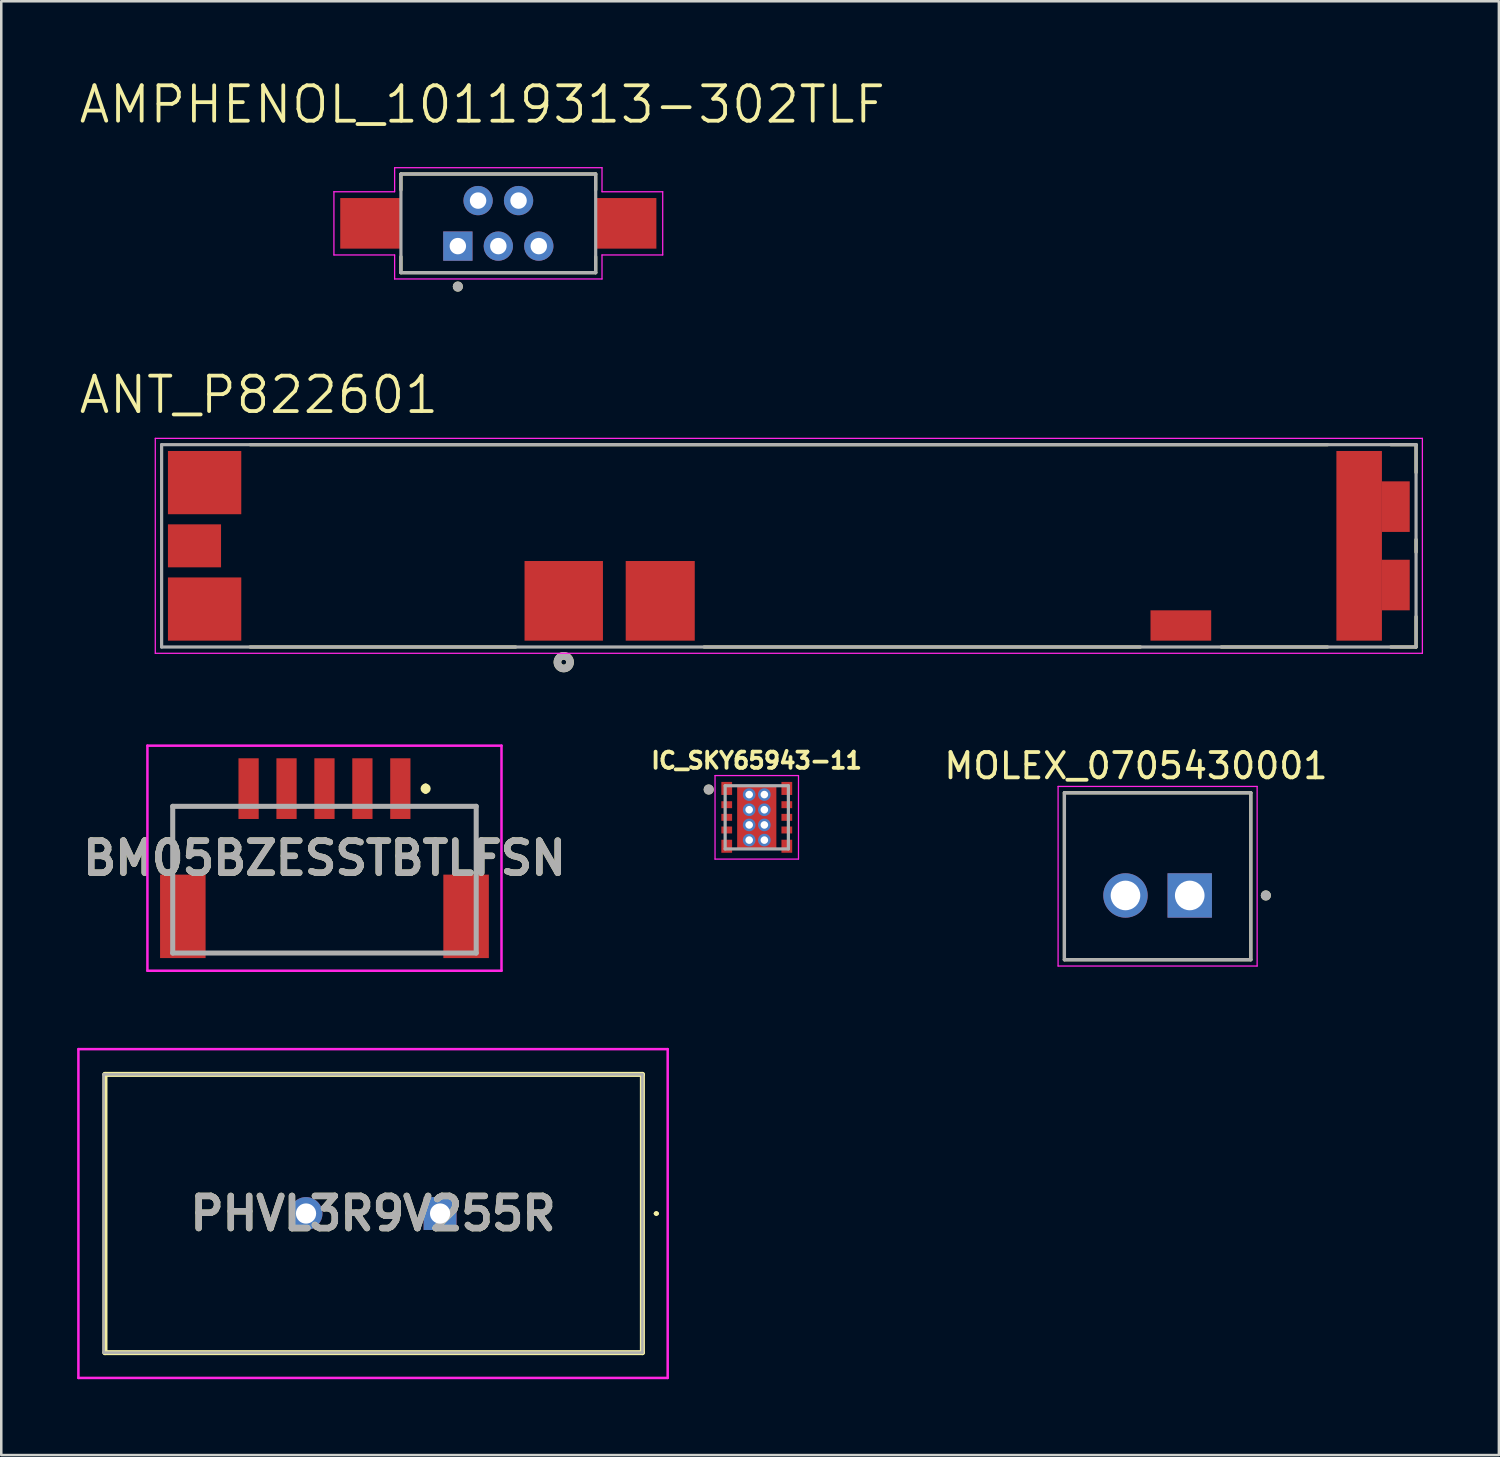
<source format=kicad_pcb>
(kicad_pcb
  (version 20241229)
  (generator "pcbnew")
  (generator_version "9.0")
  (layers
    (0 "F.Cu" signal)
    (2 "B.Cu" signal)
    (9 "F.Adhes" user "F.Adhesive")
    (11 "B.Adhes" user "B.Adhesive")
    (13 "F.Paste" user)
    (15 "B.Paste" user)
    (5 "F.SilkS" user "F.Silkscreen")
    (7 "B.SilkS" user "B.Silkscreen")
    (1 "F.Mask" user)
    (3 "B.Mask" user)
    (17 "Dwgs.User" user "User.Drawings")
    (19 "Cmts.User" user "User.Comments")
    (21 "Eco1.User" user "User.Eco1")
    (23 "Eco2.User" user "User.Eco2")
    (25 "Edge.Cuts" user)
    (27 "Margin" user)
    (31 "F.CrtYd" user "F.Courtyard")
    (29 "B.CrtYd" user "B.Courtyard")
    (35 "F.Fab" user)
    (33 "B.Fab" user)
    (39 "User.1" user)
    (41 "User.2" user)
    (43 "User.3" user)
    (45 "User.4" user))
  (footprint "ANT_P822601"
    (layer "F.Cu")
    (at 28.14 18.532)
    (property "Reference" "ANT_P822601" (at -20.955 -5.969 0) (layer "F.SilkS") (effects (font (size 1.4 1.4) (thickness 0.15))))
    (attr smd)
    (fp_line (start -21.3 -4) (end 21.3 -4) (stroke (width 0.127) (type solid)) (layer "F.SilkS"))
    (fp_line (start -10.8 4) (end -21.3 4) (stroke (width 0.127) (type solid)) (layer "F.SilkS"))
    (fp_line (start 13.9 4) (end -3.35 4) (stroke (width 0.127) (type solid)) (layer "F.SilkS"))
    (fp_line (start 21.3 4) (end 17.1 4) (stroke (width 0.127) (type solid)) (layer "F.SilkS"))
    (fp_line (start 23.8 -4) (end 24.8 -4) (stroke (width 0.127) (type solid)) (layer "F.SilkS"))
    (fp_line (start 24.8 -4) (end 24.8 -2.9) (stroke (width 0.127) (type solid)) (layer "F.SilkS"))
    (fp_line (start 24.8 -0.25) (end 24.8 0.25) (stroke (width 0.127) (type solid)) (layer "F.SilkS"))
    (fp_line (start 24.8 2.8) (end 24.8 4) (stroke (width 0.127) (type solid)) (layer "F.SilkS"))
    (fp_line (start 24.8 4) (end 23.8 4) (stroke (width 0.127) (type solid)) (layer "F.SilkS"))
    (fp_circle (center -8.9 4.6) (end -8.8 4.6) (stroke (width 0.3) (type solid)) (fill no) (layer "F.SilkS"))
    (fp_line (start -25.05 -4.25) (end 25.05 -4.25) (stroke (width 0.05) (type solid)) (layer "F.CrtYd"))
    (fp_line (start -25.05 4.25) (end -25.05 -4.25) (stroke (width 0.05) (type solid)) (layer "F.CrtYd"))
    (fp_line (start 25.05 -4.25) (end 25.05 4.25) (stroke (width 0.05) (type solid)) (layer "F.CrtYd"))
    (fp_line (start 25.05 4.25) (end -25.05 4.25) (stroke (width 0.05) (type solid)) (layer "F.CrtYd"))
    (fp_line (start -24.8 -4) (end 24.8 -4) (stroke (width 0.127) (type solid)) (layer "F.Fab"))
    (fp_line (start -24.8 4) (end -24.8 -4) (stroke (width 0.127) (type solid)) (layer "F.Fab"))
    (fp_line (start 24.8 -4) (end 24.8 4) (stroke (width 0.127) (type solid)) (layer "F.Fab"))
    (fp_line (start 24.8 4) (end -24.8 4) (stroke (width 0.127) (type solid)) (layer "F.Fab"))
    (fp_circle (center -8.9 4.6) (end -8.8 4.6) (stroke (width 0.3) (type solid)) (fill no) (layer "F.Fab"))
    (pad "1" smd rect (at -8.9 2.175 180) (size 3.1 3.15) (layers "F.Cu" "F.Mask" "F.Paste"))
    (pad "2" smd rect (at -5.085 2.175) (size 2.73 3.15) (layers "F.Cu" "F.Mask" "F.Paste"))
    (pad "3" smd rect (at 22.55 0 90) (size 7.5 1.8) (layers "F.Cu" "F.Mask" "F.Paste"))
    (pad "3_1" smd rect (at 24 -1.55 90) (size 2 1.1) (layers "F.Cu" "F.Mask" "F.Paste"))
    (pad "3_2" smd rect (at 24 1.55 90) (size 2 1.1) (layers "F.Cu" "F.Mask" "F.Paste"))
    (pad "4" smd rect (at 15.5 3.15) (size 2.4 1.2) (layers "F.Cu" "F.Mask" "F.Paste"))
    (pad "5" smd rect (at -23.1 -2.5) (size 2.9 2.5) (layers "F.Cu" "F.Mask" "F.Paste"))
    (pad "6" smd rect (at -23.5 0) (size 2.1 1.7) (layers "F.Cu" "F.Mask" "F.Paste"))
    (pad "7" smd rect (at -23.1 2.5) (size 2.9 2.5) (layers "F.Cu" "F.Mask" "F.Paste")))
  (footprint "AMPHENOL_10119313-302TLF"
    (layer "F.Cu")
    (at 16.653 5.781)
    (property "Reference" "AMPHENOL_10119313-302TLF" (at -0.635 -4.699 0) (layer "F.SilkS") (effects (font (size 1.4 1.4) (thickness 0.15))))
    (attr through_hole)
    (fp_line (start -3.85 -1.95) (end 3.85 -1.95) (stroke (width 0.127) (type solid)) (layer "F.SilkS"))
    (fp_line (start -3.85 -1.32) (end -3.85 -1.95) (stroke (width 0.127) (type solid)) (layer "F.SilkS"))
    (fp_line (start -3.85 1.32) (end -3.85 1.95) (stroke (width 0.127) (type solid)) (layer "F.SilkS"))
    (fp_line (start -3.85 1.95) (end 3.85 1.95) (stroke (width 0.127) (type solid)) (layer "F.SilkS"))
    (fp_line (start 3.85 -1.95) (end 3.85 -1.32) (stroke (width 0.127) (type solid)) (layer "F.SilkS"))
    (fp_line (start 3.85 1.95) (end 3.85 1.32) (stroke (width 0.127) (type solid)) (layer "F.SilkS"))
    (fp_circle (center -1.6 2.5) (end -1.5 2.5) (stroke (width 0.2) (type solid)) (fill no) (layer "F.SilkS"))
    (fp_line (start -6.5 -1.25) (end -4.1 -1.25) (stroke (width 0.05) (type solid)) (layer "F.CrtYd"))
    (fp_line (start -6.5 1.25) (end -6.5 -1.25) (stroke (width 0.05) (type solid)) (layer "F.CrtYd"))
    (fp_line (start -4.1 -2.2) (end 4.1 -2.2) (stroke (width 0.05) (type solid)) (layer "F.CrtYd"))
    (fp_line (start -4.1 -1.25) (end -4.1 -2.2) (stroke (width 0.05) (type solid)) (layer "F.CrtYd"))
    (fp_line (start -4.1 1.25) (end -6.5 1.25) (stroke (width 0.05) (type solid)) (layer "F.CrtYd"))
    (fp_line (start -4.1 2.2) (end -4.1 1.25) (stroke (width 0.05) (type solid)) (layer "F.CrtYd"))
    (fp_line (start 4.1 -2.2) (end 4.1 -1.25) (stroke (width 0.05) (type solid)) (layer "F.CrtYd"))
    (fp_line (start 4.1 -1.25) (end 6.5 -1.25) (stroke (width 0.05) (type solid)) (layer "F.CrtYd"))
    (fp_line (start 4.1 1.25) (end 4.1 2.2) (stroke (width 0.05) (type solid)) (layer "F.CrtYd"))
    (fp_line (start 4.1 2.2) (end -4.1 2.2) (stroke (width 0.05) (type solid)) (layer "F.CrtYd"))
    (fp_line (start 6.5 -1.25) (end 6.5 1.25) (stroke (width 0.05) (type solid)) (layer "F.CrtYd"))
    (fp_line (start 6.5 1.25) (end 4.1 1.25) (stroke (width 0.05) (type solid)) (layer "F.CrtYd"))
    (fp_line (start -3.85 -1.95) (end 3.85 -1.95) (stroke (width 0.127) (type solid)) (layer "F.Fab"))
    (fp_line (start -3.85 1.95) (end -3.85 -1.95) (stroke (width 0.127) (type solid)) (layer "F.Fab"))
    (fp_line (start 3.85 -1.95) (end 3.85 1.95) (stroke (width 0.127) (type solid)) (layer "F.Fab"))
    (fp_line (start 3.85 1.95) (end -3.85 1.95) (stroke (width 0.127) (type solid)) (layer "F.Fab"))
    (fp_circle (center -1.6 2.5) (end -1.5 2.5) (stroke (width 0.2) (type solid)) (fill no) (layer "F.Fab"))
    (pad "1" thru_hole rect (at -1.6 0.9) (size 1.158 1.158) (drill 0.65) (layers "*.Cu" "*.Mask"))
    (pad "2" thru_hole circle (at -0.8 -0.9) (size 1.158 1.158) (drill 0.65) (layers "*.Cu" "*.Mask"))
    (pad "3" thru_hole circle (at 0 0.9) (size 1.158 1.158) (drill 0.65) (layers "*.Cu" "*.Mask"))
    (pad "4" thru_hole circle (at 0.8 -0.9) (size 1.158 1.158) (drill 0.65) (layers "*.Cu" "*.Mask"))
    (pad "5" thru_hole circle (at 1.6 0.9) (size 1.158 1.158) (drill 0.65) (layers "*.Cu" "*.Mask"))
    (pad "SH1" smd rect (at -5.05 0) (size 2.4 2) (layers "F.Cu" "F.Mask" "F.Paste"))
    (pad "SH2" smd rect (at 5.05 0) (size 2.4 2) (layers "F.Cu" "F.Mask" "F.Paste")))
  (footprint "MOLEX_0705430001"
    (layer "F.Cu")
    (at 42.721 32.356)
    (property "Reference" "MOLEX_0705430001" (at -0.855 -5.125 0) (layer "F.SilkS") (effects (font (size 1 1) (thickness 0.15))))
    (attr through_hole)
    (fp_line (start -3.685 -4.06) (end 3.685 -4.06) (stroke (width 0.127) (type solid)) (layer "F.SilkS"))
    (fp_line (start -3.685 2.54) (end -3.685 -4.06) (stroke (width 0.127) (type solid)) (layer "F.SilkS"))
    (fp_line (start 3.685 -4.06) (end 3.685 2.54) (stroke (width 0.127) (type solid)) (layer "F.SilkS"))
    (fp_line (start 3.685 2.54) (end -3.685 2.54) (stroke (width 0.127) (type solid)) (layer "F.SilkS"))
    (fp_circle (center 4.28 0) (end 4.38 0) (stroke (width 0.2) (type solid)) (fill no) (layer "F.SilkS"))
    (fp_line (start -3.935 -4.31) (end 3.935 -4.31) (stroke (width 0.05) (type solid)) (layer "F.CrtYd"))
    (fp_line (start -3.935 2.79) (end -3.935 -4.31) (stroke (width 0.05) (type solid)) (layer "F.CrtYd"))
    (fp_line (start 3.935 -4.31) (end 3.935 2.79) (stroke (width 0.05) (type solid)) (layer "F.CrtYd"))
    (fp_line (start 3.935 2.79) (end -3.935 2.79) (stroke (width 0.05) (type solid)) (layer "F.CrtYd"))
    (fp_line (start -3.685 -4.06) (end 3.685 -4.06) (stroke (width 0.127) (type solid)) (layer "F.Fab"))
    (fp_line (start -3.685 2.54) (end -3.685 -4.06) (stroke (width 0.127) (type solid)) (layer "F.Fab"))
    (fp_line (start 3.685 -4.06) (end 3.685 2.54) (stroke (width 0.127) (type solid)) (layer "F.Fab"))
    (fp_line (start 3.685 2.54) (end -3.685 2.54) (stroke (width 0.127) (type solid)) (layer "F.Fab"))
    (fp_circle (center 4.28 0) (end 4.38 0) (stroke (width 0.2) (type solid)) (fill no) (layer "F.Fab"))
    (pad "1" thru_hole rect (at 1.27 0) (size 1.755 1.755) (drill 1.17) (layers "*.Cu" "*.Mask"))
    (pad "2" thru_hole circle (at -1.27 0) (size 1.755 1.755) (drill 1.17) (layers "*.Cu" "*.Mask")))
  (footprint "PHVL3R9V255R"
    (layer "F.Cu")
    (at 14.35 44.932)
    (property "Reference" "PHVL3R9V255R" (at -2.65 0 0) (layer "F.SilkS") (effects (font (size 1.27 1.27) (thickness 0.254))))
    (attr through_hole)
    (fp_line (start -13.25 -5.5) (end -13.25 5.5) (stroke (width 0.2) (type solid)) (layer "F.SilkS"))
    (fp_line (start -13.25 5.5) (end 8 5.5) (stroke (width 0.2) (type solid)) (layer "F.SilkS"))
    (fp_line (start 8 -5.5) (end -13.25 -5.5) (stroke (width 0.2) (type solid)) (layer "F.SilkS"))
    (fp_line (start 8 5.5) (end 8 -5.5) (stroke (width 0.2) (type solid)) (layer "F.SilkS"))
    (fp_line (start 8.5 0) (end 8.5 0) (stroke (width 0.1) (type solid)) (layer "F.SilkS"))
    (fp_line (start 8.6 0) (end 8.6 0) (stroke (width 0.1) (type solid)) (layer "F.SilkS"))
    (fp_arc (start 8.5 0) (mid 8.55 -0.05) (end 8.6 0) (stroke (width 0.1) (type solid)) (layer "F.SilkS"))
    (fp_arc (start 8.6 0) (mid 8.55 0.05) (end 8.5 0) (stroke (width 0.1) (type solid)) (layer "F.SilkS"))
    (fp_line (start -14.3 -6.5) (end -14.3 6.5) (stroke (width 0.1) (type solid)) (layer "F.CrtYd"))
    (fp_line (start -14.3 6.5) (end 9 6.5) (stroke (width 0.1) (type solid)) (layer "F.CrtYd"))
    (fp_line (start 9 -6.5) (end -14.3 -6.5) (stroke (width 0.1) (type solid)) (layer "F.CrtYd"))
    (fp_line (start 9 6.5) (end 9 -6.5) (stroke (width 0.1) (type solid)) (layer "F.CrtYd"))
    (fp_line (start -13.3 -5.5) (end -13.3 5.5) (stroke (width 0.1) (type solid)) (layer "F.Fab"))
    (fp_line (start -13.3 5.5) (end 8 5.5) (stroke (width 0.1) (type solid)) (layer "F.Fab"))
    (fp_line (start 8 -5.5) (end -13.3 -5.5) (stroke (width 0.1) (type solid)) (layer "F.Fab"))
    (fp_line (start 8 5.5) (end 8 -5.5) (stroke (width 0.1) (type solid)) (layer "F.Fab"))
    (fp_text user "${REFERENCE}" (at -2.65 0 0) (layer "F.Fab") (effects (font (size 1.27 1.27) (thickness 0.254))))
    (pad "1" thru_hole rect (at 0 0) (size 1.3 1.3) (drill 0.8) (layers "*.Cu" "*.Mask"))
    (pad "2" thru_hole circle (at -5.3 0) (size 1.3 1.3) (drill 0.8) (layers "*.Cu" "*.Mask")))
  (footprint "IC_SKY65943-11"
    (layer "F.Cu")
    (at 26.872 29.267)
    (property "Reference" "IC_SKY65943-11" (at -0.008 -2.246 0) (layer "F.SilkS") (effects (font (size 0.64 0.64) (thickness 0.15))))
    (attr smd)
    (fp_poly (pts (xy -1.45 -1.451) (xy -0.925 -1.451) (xy -0.925 -0.836) (xy -1.45 -0.836)) (stroke (width 0.01) (type solid)) (fill yes) (layer "F.Mask"))
    (fp_poly (pts (xy -1.45 -0.688) (xy -0.925 -0.688) (xy -0.925 -0.312) (xy -1.45 -0.312)) (stroke (width 0.01) (type solid)) (fill yes) (layer "F.Mask"))
    (fp_poly (pts (xy -1.45 -0.188) (xy -0.925 -0.188) (xy -0.925 0.188) (xy -1.45 0.188)) (stroke (width 0.01) (type solid)) (fill yes) (layer "F.Mask"))
    (fp_poly (pts (xy -1.45 0.312) (xy -0.925 0.312) (xy -0.925 0.688) (xy -1.45 0.688)) (stroke (width 0.01) (type solid)) (fill yes) (layer "F.Mask"))
    (fp_poly (pts (xy -1.45 0.836) (xy -0.925 0.836) (xy -0.925 1.451) (xy -1.45 1.451)) (stroke (width 0.01) (type solid)) (fill yes) (layer "F.Mask"))
    (fp_poly (pts (xy -0.775 -1.25) (xy 0.775 -1.25) (xy 0.775 1.25) (xy -0.775 1.25)) (stroke (width 0.01) (type solid)) (fill yes) (layer "F.Mask"))
    (fp_poly (pts (xy 0.925 -1.451) (xy 1.45 -1.451) (xy 1.45 -0.836) (xy 0.925 -0.836)) (stroke (width 0.01) (type solid)) (fill yes) (layer "F.Mask"))
    (fp_poly (pts (xy 0.925 -0.688) (xy 1.45 -0.688) (xy 1.45 -0.312) (xy 0.925 -0.312)) (stroke (width 0.01) (type solid)) (fill yes) (layer "F.Mask"))
    (fp_poly (pts (xy 0.925 -0.188) (xy 1.45 -0.188) (xy 1.45 0.188) (xy 0.925 0.188)) (stroke (width 0.01) (type solid)) (fill yes) (layer "F.Mask"))
    (fp_poly (pts (xy 0.925 0.312) (xy 1.45 0.312) (xy 1.45 0.688) (xy 0.925 0.688)) (stroke (width 0.01) (type solid)) (fill yes) (layer "F.Mask"))
    (fp_poly (pts (xy 0.925 0.836) (xy 1.45 0.836) (xy 1.45 1.451) (xy 0.925 1.451)) (stroke (width 0.01) (type solid)) (fill yes) (layer "F.Mask"))
    (fp_circle (center -1.9 -1.1) (end -1.8 -1.1) (stroke (width 0.2) (type solid)) (fill no) (layer "F.SilkS"))
    (fp_poly (pts (xy -0.775 -1.25) (xy 0.775 -1.25) (xy 0.775 -0.505) (xy -0.775 -0.505)) (stroke (width 0.01) (type solid)) (fill yes) (layer "F.Paste"))
    (fp_poly (pts (xy -0.775 -0.335) (xy 0.775 -0.335) (xy 0.775 0.335) (xy -0.775 0.335)) (stroke (width 0.01) (type solid)) (fill yes) (layer "F.Paste"))
    (fp_poly (pts (xy -0.775 0.505) (xy 0.775 0.505) (xy 0.775 1.25) (xy -0.775 1.25)) (stroke (width 0.01) (type solid)) (fill yes) (layer "F.Paste"))
    (fp_line (start -1.65 -1.651) (end 1.65 -1.651) (stroke (width 0.05) (type solid)) (layer "F.CrtYd"))
    (fp_line (start -1.65 1.651) (end -1.65 -1.651) (stroke (width 0.05) (type solid)) (layer "F.CrtYd"))
    (fp_line (start 1.65 -1.651) (end 1.65 1.651) (stroke (width 0.05) (type solid)) (layer "F.CrtYd"))
    (fp_line (start 1.65 1.651) (end -1.65 1.651) (stroke (width 0.05) (type solid)) (layer "F.CrtYd"))
    (fp_line (start -1.25 -1.25) (end 1.25 -1.25) (stroke (width 0.127) (type solid)) (layer "F.Fab"))
    (fp_line (start -1.25 1.25) (end -1.25 -1.25) (stroke (width 0.127) (type solid)) (layer "F.Fab"))
    (fp_line (start 1.25 -1.25) (end 1.25 1.25) (stroke (width 0.127) (type solid)) (layer "F.Fab"))
    (fp_line (start 1.25 1.25) (end -1.25 1.25) (stroke (width 0.127) (type solid)) (layer "F.Fab"))
    (fp_circle (center -1.9 -1.1) (end -1.8 -1.1) (stroke (width 0.2) (type solid)) (fill no) (layer "F.Fab"))
    (pad "1" smd rect (at -1.188 -1.143) (size 0.425 0.515) (layers "F.Cu" "F.Paste"))
    (pad "2" smd rect (at -1.188 -0.5) (size 0.425 0.275) (layers "F.Cu" "F.Paste"))
    (pad "3" smd rect (at -1.188 0) (size 0.425 0.275) (layers "F.Cu" "F.Paste"))
    (pad "4" smd rect (at -1.188 0.5) (size 0.425 0.275) (layers "F.Cu" "F.Paste"))
    (pad "5" smd rect (at -1.188 1.143) (size 0.425 0.515) (layers "F.Cu" "F.Paste"))
    (pad "6" smd rect (at 1.188 1.143) (size 0.425 0.515) (layers "F.Cu" "F.Paste"))
    (pad "7" smd rect (at 1.188 0.5) (size 0.425 0.275) (layers "F.Cu" "F.Paste"))
    (pad "8" smd rect (at 1.188 0) (size 0.425 0.275) (layers "F.Cu" "F.Paste"))
    (pad "9" smd rect (at 1.188 -0.5) (size 0.425 0.275) (layers "F.Cu" "F.Paste"))
    (pad "10" smd rect (at 1.188 -1.143) (size 0.425 0.515) (layers "F.Cu" "F.Paste"))
    (pad "11" smd rect (at 0 0) (size 1.55 2.5) (layers "F.Cu"))
    (pad "11_1" thru_hole circle (at -0.3 -0.9) (size 0.5 0.5) (drill 0.3) (layers "*.Cu"))
    (pad "11_2" thru_hole circle (at -0.3 -0.3) (size 0.5 0.5) (drill 0.3) (layers "*.Cu"))
    (pad "11_3" thru_hole circle (at -0.3 0.3) (size 0.5 0.5) (drill 0.3) (layers "*.Cu"))
    (pad "11_4" thru_hole circle (at -0.3 0.9) (size 0.5 0.5) (drill 0.3) (layers "*.Cu"))
    (pad "11_5" thru_hole circle (at 0.3 0.9) (size 0.5 0.5) (drill 0.3) (layers "*.Cu"))
    (pad "11_6" thru_hole circle (at 0.3 0.3) (size 0.5 0.5) (drill 0.3) (layers "*.Cu"))
    (pad "11_7" thru_hole circle (at 0.3 -0.3) (size 0.5 0.5) (drill 0.3) (layers "*.Cu"))
    (pad "11_8" thru_hole circle (at 0.3 -0.9) (size 0.5 0.5) (drill 0.3) (layers "*.Cu")))
  (footprint "BM05BZESSTBTLFSN"
    (layer "F.Cu")
    (at 9.779 31.332)
    (property "Reference" "BM05BZESSTBTLFSN" (at 0 -0.45 0) (layer "F.SilkS") (effects (font (size 1.27 1.27) (thickness 0.254))))
    (attr smd)
    (fp_line (start -6 -2.5) (end -6 -0.7) (stroke (width 0.1) (type solid)) (layer "F.SilkS"))
    (fp_line (start -4 -2.5) (end -6 -2.5) (stroke (width 0.1) (type solid)) (layer "F.SilkS"))
    (fp_line (start -4 3.3) (end 4 3.3) (stroke (width 0.1) (type solid)) (layer "F.SilkS"))
    (fp_line (start 4 -3.3) (end 4 -3.3) (stroke (width 0.2) (type solid)) (layer "F.SilkS"))
    (fp_line (start 4 -3.1) (end 4 -3.1) (stroke (width 0.2) (type solid)) (layer "F.SilkS"))
    (fp_line (start 4 -2.5) (end 6 -2.5) (stroke (width 0.1) (type solid)) (layer "F.SilkS"))
    (fp_line (start 6 -2.5) (end 6 -0.7) (stroke (width 0.1) (type solid)) (layer "F.SilkS"))
    (fp_arc (start 4 -3.3) (mid 4.1 -3.2) (end 4 -3.1) (stroke (width 0.2) (type solid)) (layer "F.SilkS"))
    (fp_arc (start 4 -3.1) (mid 3.9 -3.2) (end 4 -3.3) (stroke (width 0.2) (type solid)) (layer "F.SilkS"))
    (fp_line (start -7 -4.9) (end 7 -4.9) (stroke (width 0.1) (type solid)) (layer "F.CrtYd"))
    (fp_line (start -7 4) (end -7 -4.9) (stroke (width 0.1) (type solid)) (layer "F.CrtYd"))
    (fp_line (start 7 -4.9) (end 7 4) (stroke (width 0.1) (type solid)) (layer "F.CrtYd"))
    (fp_line (start 7 4) (end -7 4) (stroke (width 0.1) (type solid)) (layer "F.CrtYd"))
    (fp_line (start -6 -2.5) (end 6 -2.5) (stroke (width 0.2) (type solid)) (layer "F.Fab"))
    (fp_line (start -6 3.3) (end -6 -2.5) (stroke (width 0.2) (type solid)) (layer "F.Fab"))
    (fp_line (start 6 -2.5) (end 6 3.3) (stroke (width 0.2) (type solid)) (layer "F.Fab"))
    (fp_line (start 6 3.3) (end -6 3.3) (stroke (width 0.2) (type solid)) (layer "F.Fab"))
    (fp_text user "${REFERENCE}" (at 0 -0.45 0) (layer "F.Fab") (effects (font (size 1.27 1.27) (thickness 0.254))))
    (pad "1" smd rect (at 3 -3.2) (size 0.8 2.4) (layers "F.Cu" "F.Mask" "F.Paste"))
    (pad "2" smd rect (at 1.5 -3.2) (size 0.8 2.4) (layers "F.Cu" "F.Mask" "F.Paste"))
    (pad "3" smd rect (at 0 -3.2) (size 0.8 2.4) (layers "F.Cu" "F.Mask" "F.Paste"))
    (pad "4" smd rect (at -1.5 -3.2) (size 0.8 2.4) (layers "F.Cu" "F.Mask" "F.Paste"))
    (pad "5" smd rect (at -3 -3.2) (size 0.8 2.4) (layers "F.Cu" "F.Mask" "F.Paste"))
    (pad "MP1" smd rect (at 5.6 1.85) (size 1.8 3.3) (layers "F.Cu" "F.Mask" "F.Paste"))
    (pad "MP2" smd rect (at -5.6 1.85) (size 1.8 3.3) (layers "F.Cu" "F.Mask" "F.Paste")))
  (gr_rect
    (start -3 -3)
    (end 56.215 54.483)
    (stroke (width 0.1) (type default))
    (fill no)
    (layer "Edge.Cuts")))
</source>
